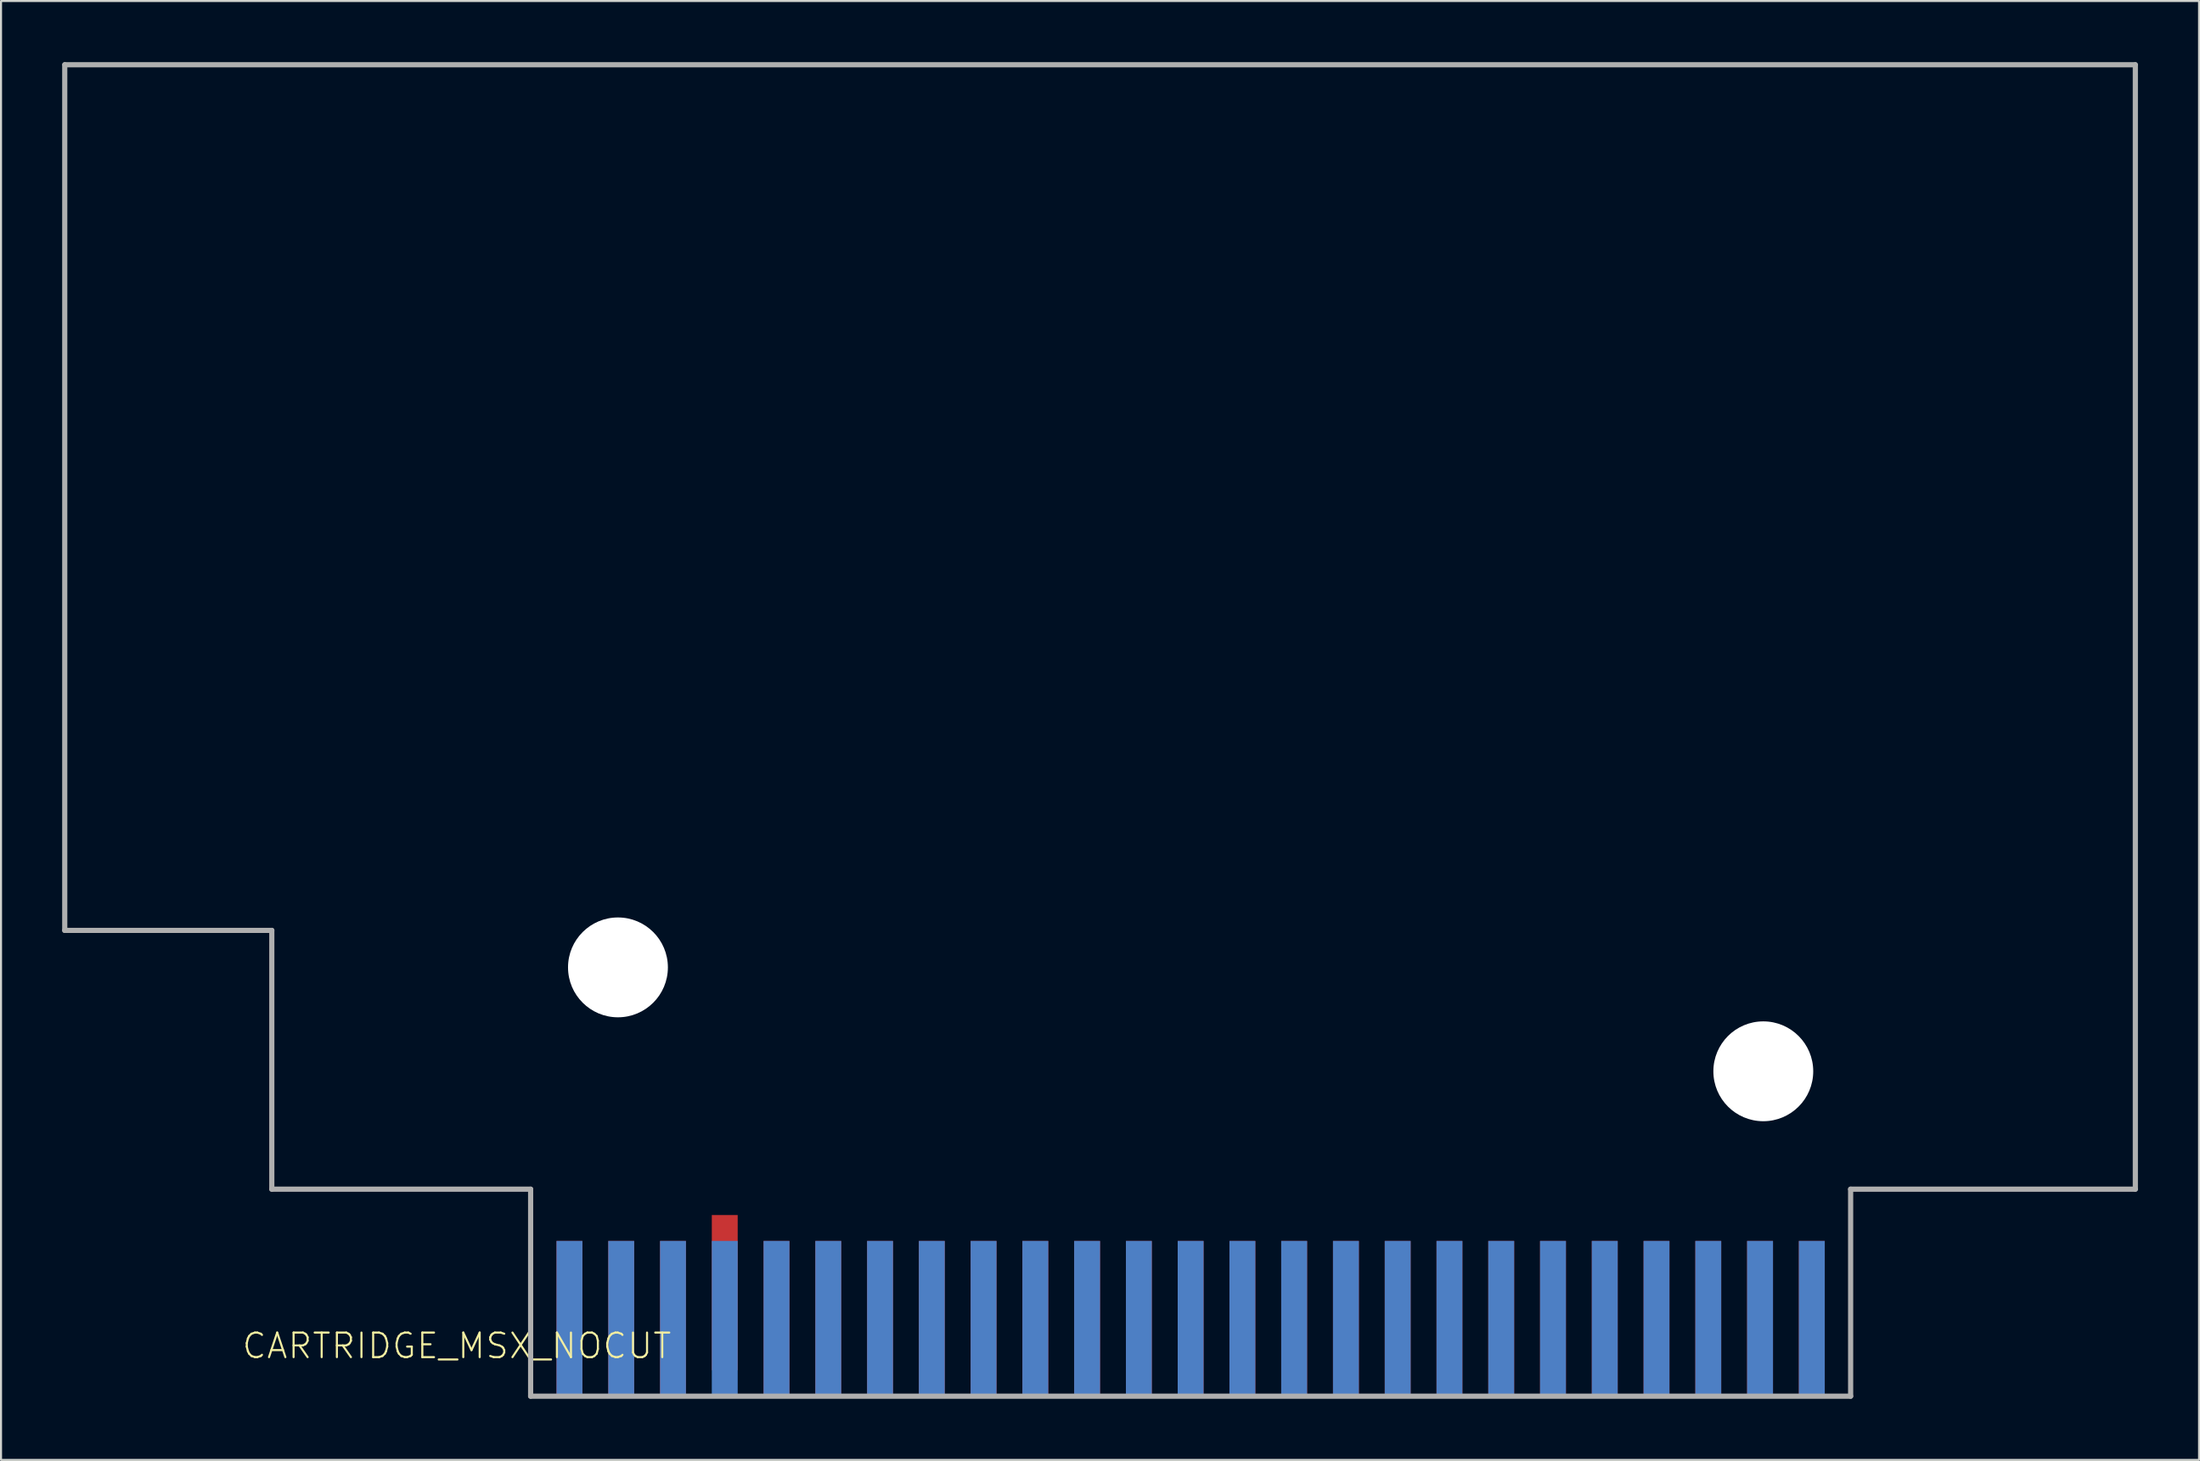
<source format=kicad_pcb>
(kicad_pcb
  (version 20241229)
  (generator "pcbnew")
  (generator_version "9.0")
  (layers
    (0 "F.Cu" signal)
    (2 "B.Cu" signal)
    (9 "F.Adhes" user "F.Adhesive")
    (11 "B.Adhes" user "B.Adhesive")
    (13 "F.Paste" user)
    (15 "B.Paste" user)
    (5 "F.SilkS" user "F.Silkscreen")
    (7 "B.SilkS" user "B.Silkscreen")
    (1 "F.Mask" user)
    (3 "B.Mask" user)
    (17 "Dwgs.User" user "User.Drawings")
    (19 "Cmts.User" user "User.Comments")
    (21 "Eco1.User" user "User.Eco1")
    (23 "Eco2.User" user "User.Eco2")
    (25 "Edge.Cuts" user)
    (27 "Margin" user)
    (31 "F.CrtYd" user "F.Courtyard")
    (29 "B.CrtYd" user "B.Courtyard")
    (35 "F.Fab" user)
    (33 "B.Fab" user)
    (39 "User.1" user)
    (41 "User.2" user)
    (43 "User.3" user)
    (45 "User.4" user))
  (footprint "CARTRIDGE_MSX_NOCUT"
    (layer "F.Cu")
    (at 55.372 61.027)
    (property "Reference" "CARTRIDGE_MSX_NOCUT" (at -25.4 1.27 0) (layer "F.SilkS") (effects (font (size 1.206 1.206) (thickness 0.102)) (justify right top)))
    (attr smd allow_soldermask_bridges)
    (fp_line (start -55.245 -18.415) (end -55.245 -60.9) (stroke (width 0.254) (type solid)) (layer "F.Fab"))
    (fp_line (start -55.24 -60.9) (end 46.35 -60.9) (stroke (width 0.254) (type solid)) (layer "F.Fab"))
    (fp_line (start -45.085 -18.415) (end -55.245 -18.415) (stroke (width 0.254) (type solid)) (layer "F.Fab"))
    (fp_line (start -45.085 -5.715) (end -45.085 -18.415) (stroke (width 0.254) (type solid)) (layer "F.Fab"))
    (fp_line (start -32.385 -5.715) (end -45.085 -5.715) (stroke (width 0.254) (type solid)) (layer "F.Fab"))
    (fp_line (start -32.385 4.445) (end -32.385 -5.715) (stroke (width 0.254) (type solid)) (layer "F.Fab"))
    (fp_line (start 32.385 -5.715) (end 32.385 4.445) (stroke (width 0.254) (type solid)) (layer "F.Fab"))
    (fp_line (start 32.385 4.445) (end -32.385 4.445) (stroke (width 0.254) (type solid)) (layer "F.Fab"))
    (fp_line (start 46.355 -60.9) (end 46.355 -5.715) (stroke (width 0.254) (type solid)) (layer "F.Fab"))
    (fp_line (start 46.355 -5.715) (end 32.385 -5.715) (stroke (width 0.254) (type solid)) (layer "F.Fab"))
    (pad "" np_thru_hole circle (at -28.1 -16.6) (size 4.9 4.9) (drill 4.9) (layers "*.Cu" "*.Mask"))
    (pad "" np_thru_hole circle (at 28.1 -11.5) (size 4.9 4.9) (drill 4.9) (layers "*.Cu" "*.Mask"))
    (pad "1" connect rect (at 30.48 0.635) (size 1.27 7.62) (layers "*.Mask" "B.Cu" "B.Paste"))
    (pad "2" connect rect (at 30.48 0.635) (size 1.27 7.62) (layers "F.Cu" "F.Mask" "F.Paste"))
    (pad "3" connect rect (at 27.94 0.635) (size 1.27 7.62) (layers "*.Mask" "B.Cu" "B.Paste"))
    (pad "4" connect rect (at 27.94 0.635) (size 1.27 7.62) (layers "F.Cu" "F.Mask" "F.Paste"))
    (pad "5" connect rect (at 25.4 0.635) (size 1.27 7.62) (layers "*.Mask" "B.Cu" "B.Paste"))
    (pad "6" connect rect (at 25.4 0.635) (size 1.27 7.62) (layers "F.Cu" "F.Mask" "F.Paste"))
    (pad "7" connect rect (at 22.86 0.635) (size 1.27 7.62) (layers "*.Mask" "B.Cu" "B.Paste"))
    (pad "8" connect rect (at 22.86 0.635) (size 1.27 7.62) (layers "F.Cu" "F.Mask" "F.Paste"))
    (pad "9" connect rect (at 20.32 0.635) (size 1.27 7.62) (layers "*.Mask" "B.Cu" "B.Paste"))
    (pad "10" connect rect (at 20.32 0.635) (size 1.27 7.62) (layers "F.Cu" "F.Mask" "F.Paste"))
    (pad "11" connect rect (at 17.78 0.635) (size 1.27 7.62) (layers "*.Mask" "B.Cu" "B.Paste"))
    (pad "12" connect rect (at 17.78 0.635) (size 1.27 7.62) (layers "F.Cu" "F.Mask" "F.Paste"))
    (pad "13" connect rect (at 15.24 0.635) (size 1.27 7.62) (layers "*.Mask" "B.Cu" "B.Paste"))
    (pad "14" connect rect (at 15.24 0.635) (size 1.27 7.62) (layers "F.Cu" "F.Mask" "F.Paste"))
    (pad "15" connect rect (at 12.7 0.635) (size 1.27 7.62) (layers "*.Mask" "B.Cu" "B.Paste"))
    (pad "16" connect rect (at 12.7 0.635) (size 1.27 7.62) (layers "F.Cu" "F.Mask" "F.Paste"))
    (pad "17" connect rect (at 10.16 0.635) (size 1.27 7.62) (layers "*.Mask" "B.Cu" "B.Paste"))
    (pad "18" connect rect (at 10.16 0.635) (size 1.27 7.62) (layers "F.Cu" "F.Mask" "F.Paste"))
    (pad "19" connect rect (at 7.62 0.635) (size 1.27 7.62) (layers "*.Mask" "B.Cu" "B.Paste"))
    (pad "20" connect rect (at 7.62 0.635) (size 1.27 7.62) (layers "F.Cu" "F.Mask" "F.Paste"))
    (pad "21" connect rect (at 5.08 0.635) (size 1.27 7.62) (layers "*.Mask" "B.Cu" "B.Paste"))
    (pad "22" connect rect (at 5.08 0.635) (size 1.27 7.62) (layers "F.Cu" "F.Mask" "F.Paste"))
    (pad "23" connect rect (at 2.54 0.635) (size 1.27 7.62) (layers "*.Mask" "B.Cu" "B.Paste"))
    (pad "24" connect rect (at 2.54 0.635) (size 1.27 7.62) (layers "F.Cu" "F.Mask" "F.Paste"))
    (pad "25" connect rect (at 0 0.635) (size 1.27 7.62) (layers "*.Mask" "B.Cu" "B.Paste"))
    (pad "26" connect rect (at 0 0.635) (size 1.27 7.62) (layers "F.Cu" "F.Mask" "F.Paste"))
    (pad "27" connect rect (at -2.54 0.635) (size 1.27 7.62) (layers "*.Mask" "B.Cu" "B.Paste"))
    (pad "28" connect rect (at -2.54 0.635) (size 1.27 7.62) (layers "F.Cu" "F.Mask" "F.Paste"))
    (pad "29" connect rect (at -5.08 0.635) (size 1.27 7.62) (layers "*.Mask" "B.Cu" "B.Paste"))
    (pad "30" connect rect (at -5.08 0.635) (size 1.27 7.62) (layers "F.Cu" "F.Mask" "F.Paste"))
    (pad "31" connect rect (at -7.62 0.635) (size 1.27 7.62) (layers "*.Mask" "B.Cu" "B.Paste"))
    (pad "32" connect rect (at -7.62 0.635) (size 1.27 7.62) (layers "F.Cu" "F.Mask" "F.Paste"))
    (pad "33" connect rect (at -10.16 0.635) (size 1.27 7.62) (layers "*.Mask" "B.Cu" "B.Paste"))
    (pad "34" connect rect (at -10.16 0.635) (size 1.27 7.62) (layers "F.Cu" "F.Mask" "F.Paste"))
    (pad "35" connect rect (at -12.7 0.635) (size 1.27 7.62) (layers "*.Mask" "B.Cu" "B.Paste"))
    (pad "36" connect rect (at -12.7 0.635) (size 1.27 7.62) (layers "F.Cu" "F.Mask" "F.Paste"))
    (pad "37" connect rect (at -15.24 0.635) (size 1.27 7.62) (layers "*.Mask" "B.Cu" "B.Paste"))
    (pad "38" connect rect (at -15.24 0.635) (size 1.27 7.62) (layers "F.Cu" "F.Mask" "F.Paste"))
    (pad "39" connect rect (at -17.78 0.635) (size 1.27 7.62) (layers "*.Mask" "B.Cu" "B.Paste"))
    (pad "40" connect rect (at -17.78 0.635) (size 1.27 7.62) (layers "F.Cu" "F.Mask" "F.Paste"))
    (pad "41" connect rect (at -20.32 0.635) (size 1.27 7.62) (layers "*.Mask" "B.Cu" "B.Paste"))
    (pad "42" connect rect (at -20.32 0.635) (size 1.27 7.62) (layers "F.Cu" "F.Mask" "F.Paste"))
    (pad "43" connect rect (at -22.86 0.635) (size 1.27 7.62) (layers "*.Mask" "B.Cu" "B.Paste"))
    (pad "44" connect rect (at -22.86 -0.635) (size 1.27 7.62) (layers "F.Cu" "F.Mask" "F.Paste"))
    (pad "45" connect rect (at -25.4 0.635) (size 1.27 7.62) (layers "*.Mask" "B.Cu" "B.Paste"))
    (pad "46" connect rect (at -25.4 0.635) (size 1.27 7.62) (layers "F.Cu" "F.Mask" "F.Paste"))
    (pad "47" connect rect (at -27.94 0.635) (size 1.27 7.62) (layers "*.Mask" "B.Cu" "B.Paste"))
    (pad "48" connect rect (at -27.94 0.635) (size 1.27 7.62) (layers "F.Cu" "F.Mask" "F.Paste"))
    (pad "49" connect rect (at -30.48 0.635) (size 1.27 7.62) (layers "*.Mask" "B.Cu" "B.Paste"))
    (pad "50" connect rect (at -30.48 0.635) (size 1.27 7.62) (layers "F.Cu" "F.Mask" "F.Paste"))
    (zone (net_name "") (layers "F.Cu" "B.Cu") (hatch edge 0.5) (connect_pads) (min_thickness 0.25) (filled_areas_thickness no) (keepout (tracks not_allowed) (vias not_allowed) (pads not_allowed) (copperpour allowed) (footprints allowed)) (placement (enabled no)) (fill) (polygon (pts (xy 23.114 65.599) (xy 23.114 57.852) (xy 24.257 57.852) (xy 24.257 65.472) (xy 25.527 65.472) (xy 25.527 57.852) (xy 26.797 57.852) (xy 26.797 65.472) (xy 28.067 65.472) (xy 28.067 57.852) (xy 29.337 57.852) (xy 29.337 65.472) (xy 30.607 65.472) (xy 30.607 56.582) (xy 31.877 56.582) (xy 31.877 65.472) (xy 33.147 65.472) (xy 33.147 56.582) (xy 34.417 56.582) (xy 34.417 65.472) (xy 35.687 65.472) (xy 35.687 57.852) (xy 36.957 57.852) (xy 36.957 65.472) (xy 38.227 65.472) (xy 38.227 57.852) (xy 39.497 57.852) (xy 39.497 65.472) (xy 40.767 65.472) (xy 40.767 57.852) (xy 42.037 57.852) (xy 42.037 65.472) (xy 43.307 65.472) (xy 43.307 57.852) (xy 44.577 57.852) (xy 44.577 65.472) (xy 45.847 65.472) (xy 45.847 57.852) (xy 47.117 57.852) (xy 47.117 65.472) (xy 48.387 65.472) (xy 48.387 57.852) (xy 49.657 57.852) (xy 49.657 65.472) (xy 50.927 65.472) (xy 50.927 57.852) (xy 52.197 57.852) (xy 52.197 65.472) (xy 53.467 65.472) (xy 53.467 57.852) (xy 54.737 57.852) (xy 54.737 65.472) (xy 56.007 65.472) (xy 56.007 57.852) (xy 57.277 57.852) (xy 57.277 65.472) (xy 58.547 65.472) (xy 58.547 57.852) (xy 59.817 57.852) (xy 59.817 65.472) (xy 61.087 65.472) (xy 61.087 57.852) (xy 62.357 57.852) (xy 62.357 65.472) (xy 63.627 65.472) (xy 63.627 57.852) (xy 64.897 57.852) (xy 64.897 65.472) (xy 66.167 65.472) (xy 66.167 57.852) (xy 67.437 57.852) (xy 67.437 65.472) (xy 68.707 65.472) (xy 68.707 57.852) (xy 69.977 57.852) (xy 69.977 65.472) (xy 71.247 65.472) (xy 71.247 57.852) (xy 72.517 57.852) (xy 72.517 65.472) (xy 73.787 65.472) (xy 73.787 57.852) (xy 75.057 57.852) (xy 75.057 65.472) (xy 76.327 65.472) (xy 76.327 57.852) (xy 77.597 57.852) (xy 77.597 65.472) (xy 78.867 65.472) (xy 78.867 57.852) (xy 80.137 57.852) (xy 80.137 65.472) (xy 81.407 65.472) (xy 81.407 57.852) (xy 82.677 57.852) (xy 82.677 65.472) (xy 83.947 65.472) (xy 83.947 57.852) (xy 85.217 57.852) (xy 85.217 65.472) (xy 86.487 65.472) (xy 86.487 57.852) (xy 87.63 57.852) (xy 87.63 65.599)))))
  (gr_rect
    (start -3 -3)
    (end 104.854 68.599)
    (stroke (width 0.1) (type default))
    (fill no)
    (layer "Edge.Cuts")))
</source>
